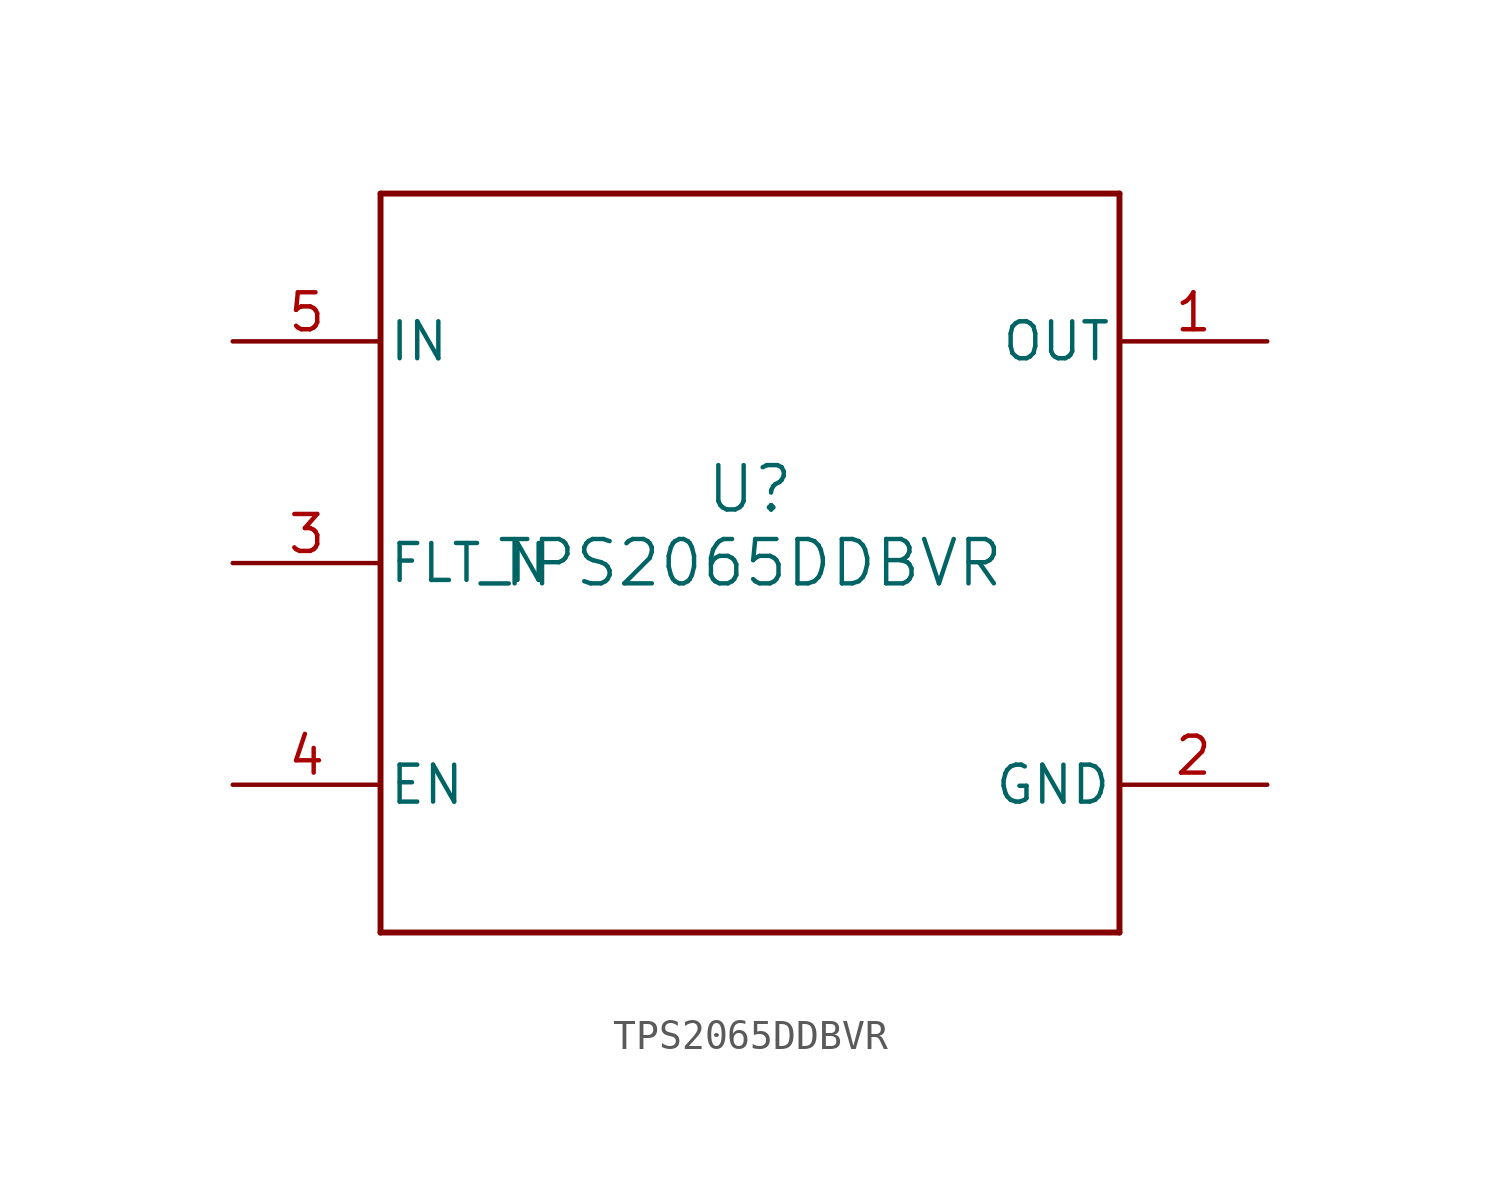
<source format=kicad_sym>
(kicad_symbol_lib
  (version 20211014)
  (generator kicad_symbol_editor)
  (symbol "TPS2065DDBVR"
    (pin_names
      (offset 0.254))
    (property "Reference" "U"
      (at 0 2.54 0)
      (effects (font (size 1.524 1.524))))
    (property "Value" "TPS2065DDBVR"
      (at 0 0 0)
      (effects (font (size 1.524 1.524))))
    (symbol "TPS2065DDBVR_0_1"
      (polyline (pts (xy -12.7 -12.7) (xy 12.7 -12.7)) (stroke (width 0.203) (type default) (color 0 0 0 0)) (fill (type none)))
      (polyline (pts (xy 12.7 -12.7) (xy 12.7 12.7)) (stroke (width 0.203) (type default) (color 0 0 0 0)) (fill (type none)))
      (polyline (pts (xy 12.7 12.7) (xy -12.7 12.7)) (stroke (width 0.203) (type default) (color 0 0 0 0)) (fill (type none)))
      (polyline (pts (xy -12.7 12.7) (xy -12.7 -12.7)) (stroke (width 0.203) (type default) (color 0 0 0 0)) (fill (type none)))
      (pin power_in line (at 17.78 7.62 180) (length 5.08) (name "OUT" (effects (font (size 1.27 1.27)))) (number "1" (effects (font (size 1.27 1.27)))))
      (pin power_in line (at 17.78 -7.62 180) (length 5.08) (name "GND" (effects (font (size 1.27 1.27)))) (number "2" (effects (font (size 1.27 1.27)))))
      (pin output line (at -17.78 0 0) (length 5.08) (name "FLT_N" (effects (font (size 1.27 1.27)))) (number "3" (effects (font (size 1.27 1.27)))))
      (pin input line (at -17.78 -7.62 0) (length 5.08) (name "EN" (effects (font (size 1.27 1.27)))) (number "4" (effects (font (size 1.27 1.27)))))
      (pin power_in line (at -17.78 7.62 0) (length 5.08) (name "IN" (effects (font (size 1.27 1.27)))) (number "5" (effects (font (size 1.27 1.27))))))))
</source>
